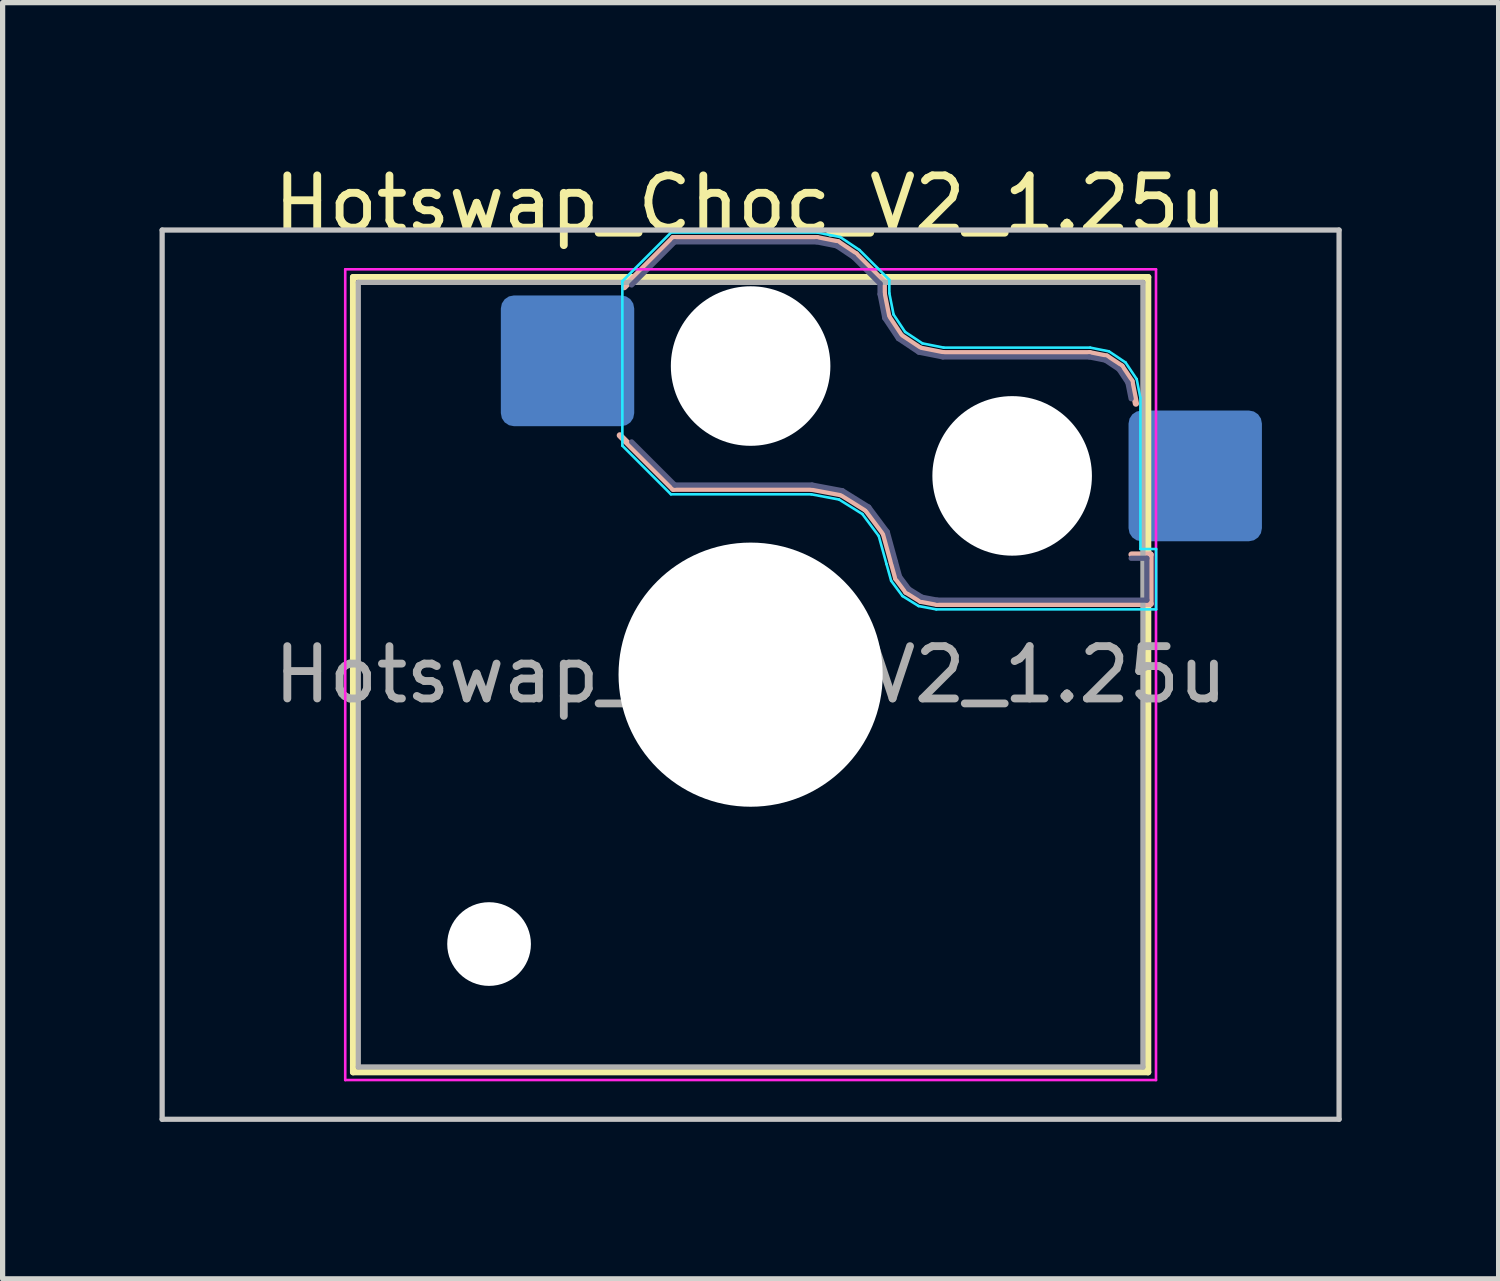
<source format=kicad_pcb>
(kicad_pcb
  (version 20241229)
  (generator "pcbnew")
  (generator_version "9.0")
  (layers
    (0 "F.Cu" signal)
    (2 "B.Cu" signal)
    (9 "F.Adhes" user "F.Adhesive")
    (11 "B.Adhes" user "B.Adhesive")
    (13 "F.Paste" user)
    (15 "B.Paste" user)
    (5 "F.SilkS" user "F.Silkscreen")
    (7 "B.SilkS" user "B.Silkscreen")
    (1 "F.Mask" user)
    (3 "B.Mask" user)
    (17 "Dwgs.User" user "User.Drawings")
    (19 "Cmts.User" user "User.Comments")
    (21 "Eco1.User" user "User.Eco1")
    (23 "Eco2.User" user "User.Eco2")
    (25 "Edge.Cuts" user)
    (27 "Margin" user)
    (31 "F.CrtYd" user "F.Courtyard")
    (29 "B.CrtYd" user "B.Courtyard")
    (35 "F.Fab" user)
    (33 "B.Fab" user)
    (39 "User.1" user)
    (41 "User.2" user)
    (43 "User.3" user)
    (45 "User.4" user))
  (footprint "Hotswap_Choc_V2_1.25u"
    (layer "F.Cu")
    (at 11.3 9.848)
    (property "Reference" "Hotswap_Choc_V2_1.25u" (at 0 -9 0) (layer "F.SilkS") (effects (font (size 1 1) (thickness 0.15))))
    (attr smd)
    (fp_line (start -7.6 -7.6) (end -7.6 7.6) (stroke (width 0.12) (type solid)) (layer "F.SilkS"))
    (fp_line (start -7.6 7.6) (end 7.6 7.6) (stroke (width 0.12) (type solid)) (layer "F.SilkS"))
    (fp_line (start 7.6 -7.6) (end -7.6 -7.6) (stroke (width 0.12) (type solid)) (layer "F.SilkS"))
    (fp_line (start 7.6 7.6) (end 7.6 -7.6) (stroke (width 0.12) (type solid)) (layer "F.SilkS"))
    (fp_line (start -2.416 -7.409) (end -1.479 -8.346) (stroke (width 0.12) (type solid)) (layer "B.SilkS"))
    (fp_line (start -1.479 -8.346) (end 1.268 -8.346) (stroke (width 0.12) (type solid)) (layer "B.SilkS"))
    (fp_line (start -1.479 -3.554) (end -2.5 -4.575) (stroke (width 0.12) (type solid)) (layer "B.SilkS"))
    (fp_line (start 1.168 -3.554) (end -1.479 -3.554) (stroke (width 0.12) (type solid)) (layer "B.SilkS"))
    (fp_line (start 1.268 -8.346) (end 1.671 -8.266) (stroke (width 0.12) (type solid)) (layer "B.SilkS"))
    (fp_line (start 1.671 -8.266) (end 2.013 -8.037) (stroke (width 0.12) (type solid)) (layer "B.SilkS"))
    (fp_line (start 1.73 -3.449) (end 1.168 -3.554) (stroke (width 0.12) (type solid)) (layer "B.SilkS"))
    (fp_line (start 2.013 -8.037) (end 2.546 -7.504) (stroke (width 0.12) (type solid)) (layer "B.SilkS"))
    (fp_line (start 2.209 -3.15) (end 1.73 -3.449) (stroke (width 0.12) (type solid)) (layer "B.SilkS"))
    (fp_line (start 2.546 -7.504) (end 2.546 -7.282) (stroke (width 0.12) (type solid)) (layer "B.SilkS"))
    (fp_line (start 2.546 -7.282) (end 2.633 -6.844) (stroke (width 0.12) (type solid)) (layer "B.SilkS"))
    (fp_line (start 2.547 -2.697) (end 2.209 -3.15) (stroke (width 0.12) (type solid)) (layer "B.SilkS"))
    (fp_line (start 2.633 -6.844) (end 2.877 -6.477) (stroke (width 0.12) (type solid)) (layer "B.SilkS"))
    (fp_line (start 2.701 -2.139) (end 2.547 -2.697) (stroke (width 0.12) (type solid)) (layer "B.SilkS"))
    (fp_line (start 2.783 -1.841) (end 2.701 -2.139) (stroke (width 0.12) (type solid)) (layer "B.SilkS"))
    (fp_line (start 2.877 -6.477) (end 3.244 -6.233) (stroke (width 0.12) (type solid)) (layer "B.SilkS"))
    (fp_line (start 2.976 -1.583) (end 2.783 -1.841) (stroke (width 0.12) (type solid)) (layer "B.SilkS"))
    (fp_line (start 3.244 -6.233) (end 3.682 -6.146) (stroke (width 0.12) (type solid)) (layer "B.SilkS"))
    (fp_line (start 3.25 -1.413) (end 2.976 -1.583) (stroke (width 0.12) (type solid)) (layer "B.SilkS"))
    (fp_line (start 3.56 -1.354) (end 3.25 -1.413) (stroke (width 0.12) (type solid)) (layer "B.SilkS"))
    (fp_line (start 3.682 -6.146) (end 6.482 -6.146) (stroke (width 0.12) (type solid)) (layer "B.SilkS"))
    (fp_line (start 6.482 -6.146) (end 6.809 -6.081) (stroke (width 0.12) (type solid)) (layer "B.SilkS"))
    (fp_line (start 6.809 -6.081) (end 7.092 -5.892) (stroke (width 0.12) (type solid)) (layer "B.SilkS"))
    (fp_line (start 7.092 -5.892) (end 7.281 -5.609) (stroke (width 0.12) (type solid)) (layer "B.SilkS"))
    (fp_line (start 7.281 -5.609) (end 7.366 -5.182) (stroke (width 0.12) (type solid)) (layer "B.SilkS"))
    (fp_line (start 7.283 -2.296) (end 7.646 -2.296) (stroke (width 0.12) (type solid)) (layer "B.SilkS"))
    (fp_line (start 7.646 -2.296) (end 7.646 -1.354) (stroke (width 0.12) (type solid)) (layer "B.SilkS"))
    (fp_line (start 7.646 -1.354) (end 3.56 -1.354) (stroke (width 0.12) (type solid)) (layer "B.SilkS"))
    (fp_line (start -11.25 -8.5) (end -11.25 8.5) (stroke (width 0.1) (type solid)) (layer "Dwgs.User"))
    (fp_line (start -11.25 8.5) (end 11.25 8.5) (stroke (width 0.1) (type solid)) (layer "Dwgs.User"))
    (fp_line (start 11.25 -8.5) (end -11.25 -8.5) (stroke (width 0.1) (type solid)) (layer "Dwgs.User"))
    (fp_line (start 11.25 8.5) (end 11.25 -8.5) (stroke (width 0.1) (type solid)) (layer "Dwgs.User"))
    (fp_line (start -7.25 -7.25) (end -7.25 7.25) (stroke (width 0.1) (type solid)) (layer "Eco1.User"))
    (fp_line (start -7.25 7.25) (end 7.25 7.25) (stroke (width 0.1) (type solid)) (layer "Eco1.User"))
    (fp_line (start 7.25 -7.25) (end -7.25 -7.25) (stroke (width 0.1) (type solid)) (layer "Eco1.User"))
    (fp_line (start 7.25 7.25) (end 7.25 -7.25) (stroke (width 0.1) (type solid)) (layer "Eco1.User"))
    (fp_line (start -2.452 -7.523) (end -1.523 -8.452) (stroke (width 0.05) (type solid)) (layer "B.CrtYd"))
    (fp_line (start -2.452 -4.377) (end -2.452 -7.523) (stroke (width 0.05) (type solid)) (layer "B.CrtYd"))
    (fp_line (start -1.523 -8.452) (end 1.278 -8.452) (stroke (width 0.05) (type solid)) (layer "B.CrtYd"))
    (fp_line (start -1.523 -3.448) (end -2.452 -4.377) (stroke (width 0.05) (type solid)) (layer "B.CrtYd"))
    (fp_line (start 1.159 -3.448) (end -1.523 -3.448) (stroke (width 0.05) (type solid)) (layer "B.CrtYd"))
    (fp_line (start 1.278 -8.452) (end 1.712 -8.366) (stroke (width 0.05) (type solid)) (layer "B.CrtYd"))
    (fp_line (start 1.691 -3.348) (end 1.159 -3.448) (stroke (width 0.05) (type solid)) (layer "B.CrtYd"))
    (fp_line (start 1.712 -8.366) (end 2.081 -8.119) (stroke (width 0.05) (type solid)) (layer "B.CrtYd"))
    (fp_line (start 2.081 -8.119) (end 2.652 -7.548) (stroke (width 0.05) (type solid)) (layer "B.CrtYd"))
    (fp_line (start 2.136 -3.071) (end 1.691 -3.348) (stroke (width 0.05) (type solid)) (layer "B.CrtYd"))
    (fp_line (start 2.45 -2.65) (end 2.136 -3.071) (stroke (width 0.05) (type solid)) (layer "B.CrtYd"))
    (fp_line (start 2.599 -2.111) (end 2.45 -2.65) (stroke (width 0.05) (type solid)) (layer "B.CrtYd"))
    (fp_line (start 2.652 -7.548) (end 2.652 -7.292) (stroke (width 0.05) (type solid)) (layer "B.CrtYd"))
    (fp_line (start 2.652 -7.292) (end 2.733 -6.885) (stroke (width 0.05) (type solid)) (layer "B.CrtYd"))
    (fp_line (start 2.687 -1.794) (end 2.599 -2.111) (stroke (width 0.05) (type solid)) (layer "B.CrtYd"))
    (fp_line (start 2.733 -6.885) (end 2.953 -6.553) (stroke (width 0.05) (type solid)) (layer "B.CrtYd"))
    (fp_line (start 2.903 -1.503) (end 2.687 -1.794) (stroke (width 0.05) (type solid)) (layer "B.CrtYd"))
    (fp_line (start 2.953 -6.553) (end 3.285 -6.333) (stroke (width 0.05) (type solid)) (layer "B.CrtYd"))
    (fp_line (start 3.211 -1.312) (end 2.903 -1.503) (stroke (width 0.05) (type solid)) (layer "B.CrtYd"))
    (fp_line (start 3.285 -6.333) (end 3.692 -6.252) (stroke (width 0.05) (type solid)) (layer "B.CrtYd"))
    (fp_line (start 3.55 -1.248) (end 3.211 -1.312) (stroke (width 0.05) (type solid)) (layer "B.CrtYd"))
    (fp_line (start 3.692 -6.252) (end 6.492 -6.252) (stroke (width 0.05) (type solid)) (layer "B.CrtYd"))
    (fp_line (start 6.492 -6.252) (end 6.85 -6.181) (stroke (width 0.05) (type solid)) (layer "B.CrtYd"))
    (fp_line (start 6.85 -6.181) (end 7.168 -5.968) (stroke (width 0.05) (type solid)) (layer "B.CrtYd"))
    (fp_line (start 7.168 -5.968) (end 7.381 -5.65) (stroke (width 0.05) (type solid)) (layer "B.CrtYd"))
    (fp_line (start 7.381 -5.65) (end 7.452 -5.292) (stroke (width 0.05) (type solid)) (layer "B.CrtYd"))
    (fp_line (start 7.452 -5.292) (end 7.452 -2.402) (stroke (width 0.05) (type solid)) (layer "B.CrtYd"))
    (fp_line (start 7.452 -2.402) (end 7.752 -2.402) (stroke (width 0.05) (type solid)) (layer "B.CrtYd"))
    (fp_line (start 7.752 -2.402) (end 7.752 -1.248) (stroke (width 0.05) (type solid)) (layer "B.CrtYd"))
    (fp_line (start 7.752 -1.248) (end 3.55 -1.248) (stroke (width 0.05) (type solid)) (layer "B.CrtYd"))
    (fp_line (start -7.75 -7.75) (end -7.75 7.75) (stroke (width 0.05) (type solid)) (layer "F.CrtYd"))
    (fp_line (start -7.75 7.75) (end 7.75 7.75) (stroke (width 0.05) (type solid)) (layer "F.CrtYd"))
    (fp_line (start 7.75 -7.75) (end -7.75 -7.75) (stroke (width 0.05) (type solid)) (layer "F.CrtYd"))
    (fp_line (start 7.75 7.75) (end 7.75 -7.75) (stroke (width 0.05) (type solid)) (layer "F.CrtYd"))
    (fp_line (start -2.275 -7.45) (end -1.45 -8.275) (stroke (width 0.1) (type solid)) (layer "B.Fab"))
    (fp_line (start -1.45 -8.275) (end 1.261 -8.275) (stroke (width 0.1) (type solid)) (layer "B.Fab"))
    (fp_line (start -1.45 -3.625) (end -2.275 -4.45) (stroke (width 0.1) (type solid)) (layer "B.Fab"))
    (fp_line (start 1.175 -3.625) (end -1.45 -3.625) (stroke (width 0.1) (type solid)) (layer "B.Fab"))
    (fp_line (start 1.261 -8.275) (end 1.643 -8.199) (stroke (width 0.1) (type solid)) (layer "B.Fab"))
    (fp_line (start 1.643 -8.199) (end 1.968 -7.982) (stroke (width 0.1) (type solid)) (layer "B.Fab"))
    (fp_line (start 1.756 -3.516) (end 1.175 -3.625) (stroke (width 0.1) (type solid)) (layer "B.Fab"))
    (fp_line (start 1.968 -7.982) (end 2.475 -7.475) (stroke (width 0.1) (type solid)) (layer "B.Fab"))
    (fp_line (start 2.258 -3.203) (end 1.756 -3.516) (stroke (width 0.1) (type solid)) (layer "B.Fab"))
    (fp_line (start 2.475 -7.475) (end 2.475 -7.275) (stroke (width 0.1) (type solid)) (layer "B.Fab"))
    (fp_line (start 2.475 -7.275) (end 2.566 -6.816) (stroke (width 0.1) (type solid)) (layer "B.Fab"))
    (fp_line (start 2.566 -6.816) (end 2.826 -6.426) (stroke (width 0.1) (type solid)) (layer "B.Fab"))
    (fp_line (start 2.612 -2.729) (end 2.258 -3.203) (stroke (width 0.1) (type solid)) (layer "B.Fab"))
    (fp_line (start 2.769 -2.158) (end 2.612 -2.729) (stroke (width 0.1) (type solid)) (layer "B.Fab"))
    (fp_line (start 2.826 -6.426) (end 3.216 -6.166) (stroke (width 0.1) (type solid)) (layer "B.Fab"))
    (fp_line (start 2.848 -1.873) (end 2.769 -2.158) (stroke (width 0.1) (type solid)) (layer "B.Fab"))
    (fp_line (start 3.025 -1.636) (end 2.848 -1.873) (stroke (width 0.1) (type solid)) (layer "B.Fab"))
    (fp_line (start 3.216 -6.166) (end 3.675 -6.075) (stroke (width 0.1) (type solid)) (layer "B.Fab"))
    (fp_line (start 3.276 -1.48) (end 3.025 -1.636) (stroke (width 0.1) (type solid)) (layer "B.Fab"))
    (fp_line (start 3.567 -1.425) (end 3.276 -1.48) (stroke (width 0.1) (type solid)) (layer "B.Fab"))
    (fp_line (start 3.675 -6.075) (end 6.475 -6.075) (stroke (width 0.1) (type solid)) (layer "B.Fab"))
    (fp_line (start 6.475 -6.075) (end 6.781 -6.014) (stroke (width 0.1) (type solid)) (layer "B.Fab"))
    (fp_line (start 6.781 -6.014) (end 7.041 -5.841) (stroke (width 0.1) (type solid)) (layer "B.Fab"))
    (fp_line (start 7.041 -5.841) (end 7.214 -5.581) (stroke (width 0.1) (type solid)) (layer "B.Fab"))
    (fp_line (start 7.214 -5.581) (end 7.275 -5.275) (stroke (width 0.1) (type solid)) (layer "B.Fab"))
    (fp_line (start 7.275 -2.225) (end 7.575 -2.225) (stroke (width 0.1) (type solid)) (layer "B.Fab"))
    (fp_line (start 7.575 -2.225) (end 7.575 -1.425) (stroke (width 0.1) (type solid)) (layer "B.Fab"))
    (fp_line (start 7.575 -1.425) (end 3.567 -1.425) (stroke (width 0.1) (type solid)) (layer "B.Fab"))
    (fp_line (start -7.5 -7.5) (end -7.5 7.5) (stroke (width 0.1) (type solid)) (layer "F.Fab"))
    (fp_line (start -7.5 7.5) (end 7.5 7.5) (stroke (width 0.1) (type solid)) (layer "F.Fab"))
    (fp_line (start 7.5 -7.5) (end -7.5 -7.5) (stroke (width 0.1) (type solid)) (layer "F.Fab"))
    (fp_line (start 7.5 7.5) (end 7.5 -7.5) (stroke (width 0.1) (type solid)) (layer "F.Fab"))
    (fp_text user "${REFERENCE}" (at 0 0 0) (layer "F.Fab") (effects (font (size 1 1) (thickness 0.15))))
    (pad "" np_thru_hole circle (at -5 5.15) (size 1.6 1.6) (drill 1.6) (layers "*.Cu" "*.Mask"))
    (pad "" np_thru_hole circle (at 0 -5.9) (size 3.05 3.05) (drill 3.05) (layers "*.Cu" "*.Mask"))
    (pad "" np_thru_hole circle (at 0 0) (size 5.05 5.05) (drill 5.05) (layers "*.Cu" "*.Mask"))
    (pad "" np_thru_hole circle (at 5 -3.8) (size 3.05 3.05) (drill 3.05) (layers "*.Cu" "*.Mask"))
    (pad "1" smd roundrect (at -3.5 -6) (size 2.55 2.5) (layers "B.Cu" "B.Mask" "B.Paste") (roundrect_rratio 0.1))
    (pad "2" smd roundrect (at 8.5 -3.8) (size 2.55 2.5) (layers "B.Cu" "B.Mask" "B.Paste") (roundrect_rratio 0.1)))
  (gr_rect
    (start -3 -3)
    (end 25.6 21.398)
    (stroke (width 0.1) (type default))
    (fill no)
    (layer "Edge.Cuts")))
</source>
